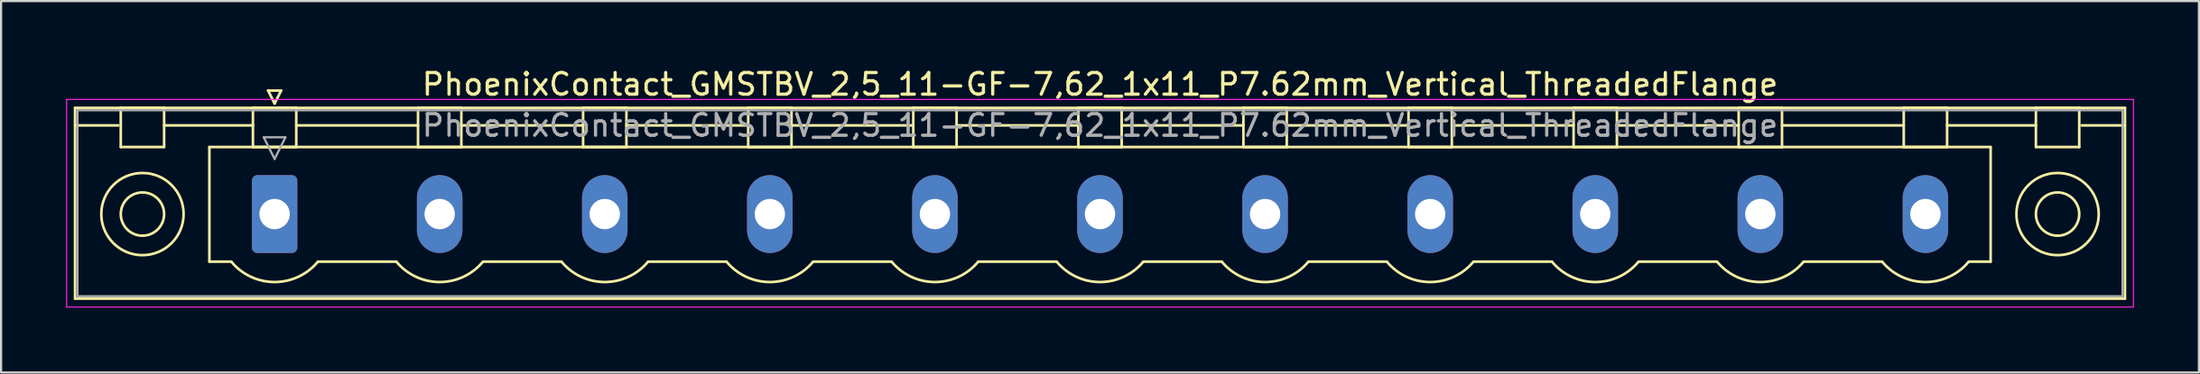
<source format=kicad_pcb>
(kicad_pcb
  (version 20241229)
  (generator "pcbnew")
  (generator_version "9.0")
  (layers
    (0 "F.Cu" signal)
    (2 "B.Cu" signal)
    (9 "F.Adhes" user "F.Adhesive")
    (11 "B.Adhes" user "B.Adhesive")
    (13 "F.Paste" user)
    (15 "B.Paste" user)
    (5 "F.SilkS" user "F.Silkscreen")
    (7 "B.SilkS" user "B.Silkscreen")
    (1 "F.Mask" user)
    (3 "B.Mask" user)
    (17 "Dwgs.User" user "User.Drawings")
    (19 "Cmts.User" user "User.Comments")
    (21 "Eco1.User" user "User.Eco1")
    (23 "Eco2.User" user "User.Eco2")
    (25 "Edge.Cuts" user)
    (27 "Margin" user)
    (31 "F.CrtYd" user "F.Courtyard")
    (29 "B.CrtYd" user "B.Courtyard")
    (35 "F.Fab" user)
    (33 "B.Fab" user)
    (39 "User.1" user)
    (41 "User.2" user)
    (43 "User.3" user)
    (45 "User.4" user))
  (footprint "PhoenixContact_GMSTBV_2,5_11-GF-7,62_1x11_P7.62mm_Vertical_ThreadedFlange"
    (layer "F.Cu")
    (at 9.625 6.848)
    (property "Reference" "PhoenixContact_GMSTBV_2,5_11-GF-7,62_1x11_P7.62mm_Vertical_ThreadedFlange" (at 38.1 -6 0) (layer "F.SilkS") (effects (font (size 1 1) (thickness 0.15))))
    (attr through_hole)
    (fp_line (start -9.21 -4.91) (end -9.21 3.91) (stroke (width 0.12) (type solid)) (layer "F.SilkS"))
    (fp_line (start -9.21 -4.1) (end -7.21 -4.1) (stroke (width 0.12) (type solid)) (layer "F.SilkS"))
    (fp_line (start -9.21 3.91) (end 85.41 3.91) (stroke (width 0.12) (type solid)) (layer "F.SilkS"))
    (fp_line (start -7.1 -4.91) (end -5.1 -4.91) (stroke (width 0.12) (type solid)) (layer "F.SilkS"))
    (fp_line (start -7.1 -3.1) (end -7.1 -4.91) (stroke (width 0.12) (type solid)) (layer "F.SilkS"))
    (fp_line (start -5.1 -4.91) (end -5.1 -3.1) (stroke (width 0.12) (type solid)) (layer "F.SilkS"))
    (fp_line (start -5.1 -4.1) (end -1 -4.1) (stroke (width 0.12) (type solid)) (layer "F.SilkS"))
    (fp_line (start -5.1 -3.1) (end -7.1 -3.1) (stroke (width 0.12) (type solid)) (layer "F.SilkS"))
    (fp_line (start -3.01 -3.1) (end 79.21 -3.1) (stroke (width 0.12) (type solid)) (layer "F.SilkS"))
    (fp_line (start -3.01 2.2) (end -3.01 -3.1) (stroke (width 0.12) (type solid)) (layer "F.SilkS"))
    (fp_line (start -2 2.2) (end -3.01 2.2) (stroke (width 0.12) (type solid)) (layer "F.SilkS"))
    (fp_line (start -1 -4.91) (end 1 -4.91) (stroke (width 0.12) (type solid)) (layer "F.SilkS"))
    (fp_line (start -1 -3.1) (end -1 -4.91) (stroke (width 0.12) (type solid)) (layer "F.SilkS"))
    (fp_line (start -0.3 -5.71) (end 0.3 -5.71) (stroke (width 0.12) (type solid)) (layer "F.SilkS"))
    (fp_line (start 0 -5.11) (end -0.3 -5.71) (stroke (width 0.12) (type solid)) (layer "F.SilkS"))
    (fp_line (start 0.3 -5.71) (end 0 -5.11) (stroke (width 0.12) (type solid)) (layer "F.SilkS"))
    (fp_line (start 1 -4.91) (end 1 -3.1) (stroke (width 0.12) (type solid)) (layer "F.SilkS"))
    (fp_line (start 1 -4.1) (end 6.62 -4.1) (stroke (width 0.12) (type solid)) (layer "F.SilkS"))
    (fp_line (start 1 -3.1) (end -1 -3.1) (stroke (width 0.12) (type solid)) (layer "F.SilkS"))
    (fp_line (start 2 2.2) (end 5.62 2.2) (stroke (width 0.12) (type solid)) (layer "F.SilkS"))
    (fp_line (start 6.62 -4.91) (end 8.62 -4.91) (stroke (width 0.12) (type solid)) (layer "F.SilkS"))
    (fp_line (start 6.62 -3.1) (end 6.62 -4.91) (stroke (width 0.12) (type solid)) (layer "F.SilkS"))
    (fp_line (start 8.62 -4.91) (end 8.62 -3.1) (stroke (width 0.12) (type solid)) (layer "F.SilkS"))
    (fp_line (start 8.62 -4.1) (end 14.24 -4.1) (stroke (width 0.12) (type solid)) (layer "F.SilkS"))
    (fp_line (start 8.62 -3.1) (end 6.62 -3.1) (stroke (width 0.12) (type solid)) (layer "F.SilkS"))
    (fp_line (start 9.62 2.2) (end 13.24 2.2) (stroke (width 0.12) (type solid)) (layer "F.SilkS"))
    (fp_line (start 14.24 -4.91) (end 16.24 -4.91) (stroke (width 0.12) (type solid)) (layer "F.SilkS"))
    (fp_line (start 14.24 -3.1) (end 14.24 -4.91) (stroke (width 0.12) (type solid)) (layer "F.SilkS"))
    (fp_line (start 16.24 -4.91) (end 16.24 -3.1) (stroke (width 0.12) (type solid)) (layer "F.SilkS"))
    (fp_line (start 16.24 -4.1) (end 21.86 -4.1) (stroke (width 0.12) (type solid)) (layer "F.SilkS"))
    (fp_line (start 16.24 -3.1) (end 14.24 -3.1) (stroke (width 0.12) (type solid)) (layer "F.SilkS"))
    (fp_line (start 17.24 2.2) (end 20.86 2.2) (stroke (width 0.12) (type solid)) (layer "F.SilkS"))
    (fp_line (start 21.86 -4.91) (end 23.86 -4.91) (stroke (width 0.12) (type solid)) (layer "F.SilkS"))
    (fp_line (start 21.86 -3.1) (end 21.86 -4.91) (stroke (width 0.12) (type solid)) (layer "F.SilkS"))
    (fp_line (start 23.86 -4.91) (end 23.86 -3.1) (stroke (width 0.12) (type solid)) (layer "F.SilkS"))
    (fp_line (start 23.86 -4.1) (end 29.48 -4.1) (stroke (width 0.12) (type solid)) (layer "F.SilkS"))
    (fp_line (start 23.86 -3.1) (end 21.86 -3.1) (stroke (width 0.12) (type solid)) (layer "F.SilkS"))
    (fp_line (start 24.86 2.2) (end 28.48 2.2) (stroke (width 0.12) (type solid)) (layer "F.SilkS"))
    (fp_line (start 29.48 -4.91) (end 31.48 -4.91) (stroke (width 0.12) (type solid)) (layer "F.SilkS"))
    (fp_line (start 29.48 -3.1) (end 29.48 -4.91) (stroke (width 0.12) (type solid)) (layer "F.SilkS"))
    (fp_line (start 31.48 -4.91) (end 31.48 -3.1) (stroke (width 0.12) (type solid)) (layer "F.SilkS"))
    (fp_line (start 31.48 -4.1) (end 37.1 -4.1) (stroke (width 0.12) (type solid)) (layer "F.SilkS"))
    (fp_line (start 31.48 -3.1) (end 29.48 -3.1) (stroke (width 0.12) (type solid)) (layer "F.SilkS"))
    (fp_line (start 32.48 2.2) (end 36.1 2.2) (stroke (width 0.12) (type solid)) (layer "F.SilkS"))
    (fp_line (start 37.1 -4.91) (end 39.1 -4.91) (stroke (width 0.12) (type solid)) (layer "F.SilkS"))
    (fp_line (start 37.1 -3.1) (end 37.1 -4.91) (stroke (width 0.12) (type solid)) (layer "F.SilkS"))
    (fp_line (start 39.1 -4.91) (end 39.1 -3.1) (stroke (width 0.12) (type solid)) (layer "F.SilkS"))
    (fp_line (start 39.1 -4.1) (end 44.72 -4.1) (stroke (width 0.12) (type solid)) (layer "F.SilkS"))
    (fp_line (start 39.1 -3.1) (end 37.1 -3.1) (stroke (width 0.12) (type solid)) (layer "F.SilkS"))
    (fp_line (start 40.1 2.2) (end 43.72 2.2) (stroke (width 0.12) (type solid)) (layer "F.SilkS"))
    (fp_line (start 44.72 -4.91) (end 46.72 -4.91) (stroke (width 0.12) (type solid)) (layer "F.SilkS"))
    (fp_line (start 44.72 -3.1) (end 44.72 -4.91) (stroke (width 0.12) (type solid)) (layer "F.SilkS"))
    (fp_line (start 46.72 -4.91) (end 46.72 -3.1) (stroke (width 0.12) (type solid)) (layer "F.SilkS"))
    (fp_line (start 46.72 -4.1) (end 52.34 -4.1) (stroke (width 0.12) (type solid)) (layer "F.SilkS"))
    (fp_line (start 46.72 -3.1) (end 44.72 -3.1) (stroke (width 0.12) (type solid)) (layer "F.SilkS"))
    (fp_line (start 47.72 2.2) (end 51.34 2.2) (stroke (width 0.12) (type solid)) (layer "F.SilkS"))
    (fp_line (start 52.34 -4.91) (end 54.34 -4.91) (stroke (width 0.12) (type solid)) (layer "F.SilkS"))
    (fp_line (start 52.34 -3.1) (end 52.34 -4.91) (stroke (width 0.12) (type solid)) (layer "F.SilkS"))
    (fp_line (start 54.34 -4.91) (end 54.34 -3.1) (stroke (width 0.12) (type solid)) (layer "F.SilkS"))
    (fp_line (start 54.34 -4.1) (end 59.96 -4.1) (stroke (width 0.12) (type solid)) (layer "F.SilkS"))
    (fp_line (start 54.34 -3.1) (end 52.34 -3.1) (stroke (width 0.12) (type solid)) (layer "F.SilkS"))
    (fp_line (start 55.34 2.2) (end 58.96 2.2) (stroke (width 0.12) (type solid)) (layer "F.SilkS"))
    (fp_line (start 59.96 -4.91) (end 61.96 -4.91) (stroke (width 0.12) (type solid)) (layer "F.SilkS"))
    (fp_line (start 59.96 -3.1) (end 59.96 -4.91) (stroke (width 0.12) (type solid)) (layer "F.SilkS"))
    (fp_line (start 61.96 -4.91) (end 61.96 -3.1) (stroke (width 0.12) (type solid)) (layer "F.SilkS"))
    (fp_line (start 61.96 -4.1) (end 67.58 -4.1) (stroke (width 0.12) (type solid)) (layer "F.SilkS"))
    (fp_line (start 61.96 -3.1) (end 59.96 -3.1) (stroke (width 0.12) (type solid)) (layer "F.SilkS"))
    (fp_line (start 62.96 2.2) (end 66.58 2.2) (stroke (width 0.12) (type solid)) (layer "F.SilkS"))
    (fp_line (start 67.58 -4.91) (end 69.58 -4.91) (stroke (width 0.12) (type solid)) (layer "F.SilkS"))
    (fp_line (start 67.58 -3.1) (end 67.58 -4.91) (stroke (width 0.12) (type solid)) (layer "F.SilkS"))
    (fp_line (start 69.58 -4.91) (end 69.58 -3.1) (stroke (width 0.12) (type solid)) (layer "F.SilkS"))
    (fp_line (start 69.58 -4.1) (end 75.2 -4.1) (stroke (width 0.12) (type solid)) (layer "F.SilkS"))
    (fp_line (start 69.58 -3.1) (end 67.58 -3.1) (stroke (width 0.12) (type solid)) (layer "F.SilkS"))
    (fp_line (start 70.58 2.2) (end 74.2 2.2) (stroke (width 0.12) (type solid)) (layer "F.SilkS"))
    (fp_line (start 75.2 -4.91) (end 77.2 -4.91) (stroke (width 0.12) (type solid)) (layer "F.SilkS"))
    (fp_line (start 75.2 -3.1) (end 75.2 -4.91) (stroke (width 0.12) (type solid)) (layer "F.SilkS"))
    (fp_line (start 77.2 -4.91) (end 77.2 -3.1) (stroke (width 0.12) (type solid)) (layer "F.SilkS"))
    (fp_line (start 77.2 -4.1) (end 81.3 -4.1) (stroke (width 0.12) (type solid)) (layer "F.SilkS"))
    (fp_line (start 77.2 -3.1) (end 75.2 -3.1) (stroke (width 0.12) (type solid)) (layer "F.SilkS"))
    (fp_line (start 79.21 -3.1) (end 79.21 2.2) (stroke (width 0.12) (type solid)) (layer "F.SilkS"))
    (fp_line (start 79.21 2.2) (end 78.2 2.2) (stroke (width 0.12) (type solid)) (layer "F.SilkS"))
    (fp_line (start 81.3 -4.91) (end 83.3 -4.91) (stroke (width 0.12) (type solid)) (layer "F.SilkS"))
    (fp_line (start 81.3 -3.1) (end 81.3 -4.91) (stroke (width 0.12) (type solid)) (layer "F.SilkS"))
    (fp_line (start 83.3 -4.91) (end 83.3 -3.1) (stroke (width 0.12) (type solid)) (layer "F.SilkS"))
    (fp_line (start 83.3 -3.1) (end 81.3 -3.1) (stroke (width 0.12) (type solid)) (layer "F.SilkS"))
    (fp_line (start 85.41 -4.91) (end -9.21 -4.91) (stroke (width 0.12) (type solid)) (layer "F.SilkS"))
    (fp_line (start 85.41 -4.1) (end 83.41 -4.1) (stroke (width 0.12) (type solid)) (layer "F.SilkS"))
    (fp_line (start 85.41 3.91) (end 85.41 -4.91) (stroke (width 0.12) (type solid)) (layer "F.SilkS"))
    (fp_arc (start 1.986842 2.215821) (mid -0.010289 3.142758) (end -2 2.2) (stroke (width 0.12) (type solid)) (layer "F.SilkS"))
    (fp_arc (start 9.606842 2.215821) (mid 7.609711 3.142758) (end 5.62 2.2) (stroke (width 0.12) (type solid)) (layer "F.SilkS"))
    (fp_arc (start 17.226842 2.215821) (mid 15.229711 3.142758) (end 13.24 2.2) (stroke (width 0.12) (type solid)) (layer "F.SilkS"))
    (fp_arc (start 24.846842 2.215821) (mid 22.849711 3.142758) (end 20.86 2.2) (stroke (width 0.12) (type solid)) (layer "F.SilkS"))
    (fp_arc (start 32.466842 2.215821) (mid 30.469711 3.142758) (end 28.48 2.2) (stroke (width 0.12) (type solid)) (layer "F.SilkS"))
    (fp_arc (start 40.086842 2.215821) (mid 38.089711 3.142758) (end 36.1 2.2) (stroke (width 0.12) (type solid)) (layer "F.SilkS"))
    (fp_arc (start 47.706842 2.215821) (mid 45.709711 3.142758) (end 43.72 2.2) (stroke (width 0.12) (type solid)) (layer "F.SilkS"))
    (fp_arc (start 55.326842 2.215821) (mid 53.329711 3.142758) (end 51.34 2.2) (stroke (width 0.12) (type solid)) (layer "F.SilkS"))
    (fp_arc (start 62.946842 2.215821) (mid 60.949711 3.142758) (end 58.96 2.2) (stroke (width 0.12) (type solid)) (layer "F.SilkS"))
    (fp_arc (start 70.566842 2.215821) (mid 68.569711 3.142758) (end 66.58 2.2) (stroke (width 0.12) (type solid)) (layer "F.SilkS"))
    (fp_arc (start 78.186842 2.215821) (mid 76.189711 3.142758) (end 74.2 2.2) (stroke (width 0.12) (type solid)) (layer "F.SilkS"))
    (fp_circle (center -6.1 0) (end -5.1 0) (stroke (width 0.12) (type solid)) (fill no) (layer "F.SilkS"))
    (fp_circle (center -6.1 0) (end -4.2 0) (stroke (width 0.12) (type solid)) (fill no) (layer "F.SilkS"))
    (fp_circle (center 82.3 0) (end 83.3 0) (stroke (width 0.12) (type solid)) (fill no) (layer "F.SilkS"))
    (fp_circle (center 82.3 0) (end 84.2 0) (stroke (width 0.12) (type solid)) (fill no) (layer "F.SilkS"))
    (fp_line (start -9.6 -5.3) (end -9.6 4.3) (stroke (width 0.05) (type solid)) (layer "F.CrtYd"))
    (fp_line (start -9.6 4.3) (end 85.8 4.3) (stroke (width 0.05) (type solid)) (layer "F.CrtYd"))
    (fp_line (start 85.8 -5.3) (end -9.6 -5.3) (stroke (width 0.05) (type solid)) (layer "F.CrtYd"))
    (fp_line (start 85.8 4.3) (end 85.8 -5.3) (stroke (width 0.05) (type solid)) (layer "F.CrtYd"))
    (fp_line (start -9.1 -4.8) (end -9.1 3.8) (stroke (width 0.1) (type solid)) (layer "F.Fab"))
    (fp_line (start -9.1 3.8) (end 85.3 3.8) (stroke (width 0.1) (type solid)) (layer "F.Fab"))
    (fp_line (start -0.5 -3.55) (end 0.5 -3.55) (stroke (width 0.1) (type solid)) (layer "F.Fab"))
    (fp_line (start 0 -2.55) (end -0.5 -3.55) (stroke (width 0.1) (type solid)) (layer "F.Fab"))
    (fp_line (start 0.5 -3.55) (end 0 -2.55) (stroke (width 0.1) (type solid)) (layer "F.Fab"))
    (fp_line (start 85.3 -4.8) (end -9.1 -4.8) (stroke (width 0.1) (type solid)) (layer "F.Fab"))
    (fp_line (start 85.3 3.8) (end 85.3 -4.8) (stroke (width 0.1) (type solid)) (layer "F.Fab"))
    (fp_text user "${REFERENCE}" (at 38.1 -4.1 0) (layer "F.Fab") (effects (font (size 1 1) (thickness 0.15))))
    (pad "1" thru_hole roundrect (at 0 0) (size 2.1 3.6) (drill 1.4) (layers "*.Cu" "*.Mask") (roundrect_rratio 0.119))
    (pad "2" thru_hole oval (at 7.62 0) (size 2.1 3.6) (drill 1.4) (layers "*.Cu" "*.Mask"))
    (pad "3" thru_hole oval (at 15.24 0) (size 2.1 3.6) (drill 1.4) (layers "*.Cu" "*.Mask"))
    (pad "4" thru_hole oval (at 22.86 0) (size 2.1 3.6) (drill 1.4) (layers "*.Cu" "*.Mask"))
    (pad "5" thru_hole oval (at 30.48 0) (size 2.1 3.6) (drill 1.4) (layers "*.Cu" "*.Mask"))
    (pad "6" thru_hole oval (at 38.1 0) (size 2.1 3.6) (drill 1.4) (layers "*.Cu" "*.Mask"))
    (pad "7" thru_hole oval (at 45.72 0) (size 2.1 3.6) (drill 1.4) (layers "*.Cu" "*.Mask"))
    (pad "8" thru_hole oval (at 53.34 0) (size 2.1 3.6) (drill 1.4) (layers "*.Cu" "*.Mask"))
    (pad "9" thru_hole oval (at 60.96 0) (size 2.1 3.6) (drill 1.4) (layers "*.Cu" "*.Mask"))
    (pad "10" thru_hole oval (at 68.58 0) (size 2.1 3.6) (drill 1.4) (layers "*.Cu" "*.Mask"))
    (pad "11" thru_hole oval (at 76.2 0) (size 2.1 3.6) (drill 1.4) (layers "*.Cu" "*.Mask")))
  (gr_rect
    (start -3 -3)
    (end 98.45 14.173)
    (stroke (width 0.1) (type default))
    (fill no)
    (layer "Edge.Cuts")))
</source>
